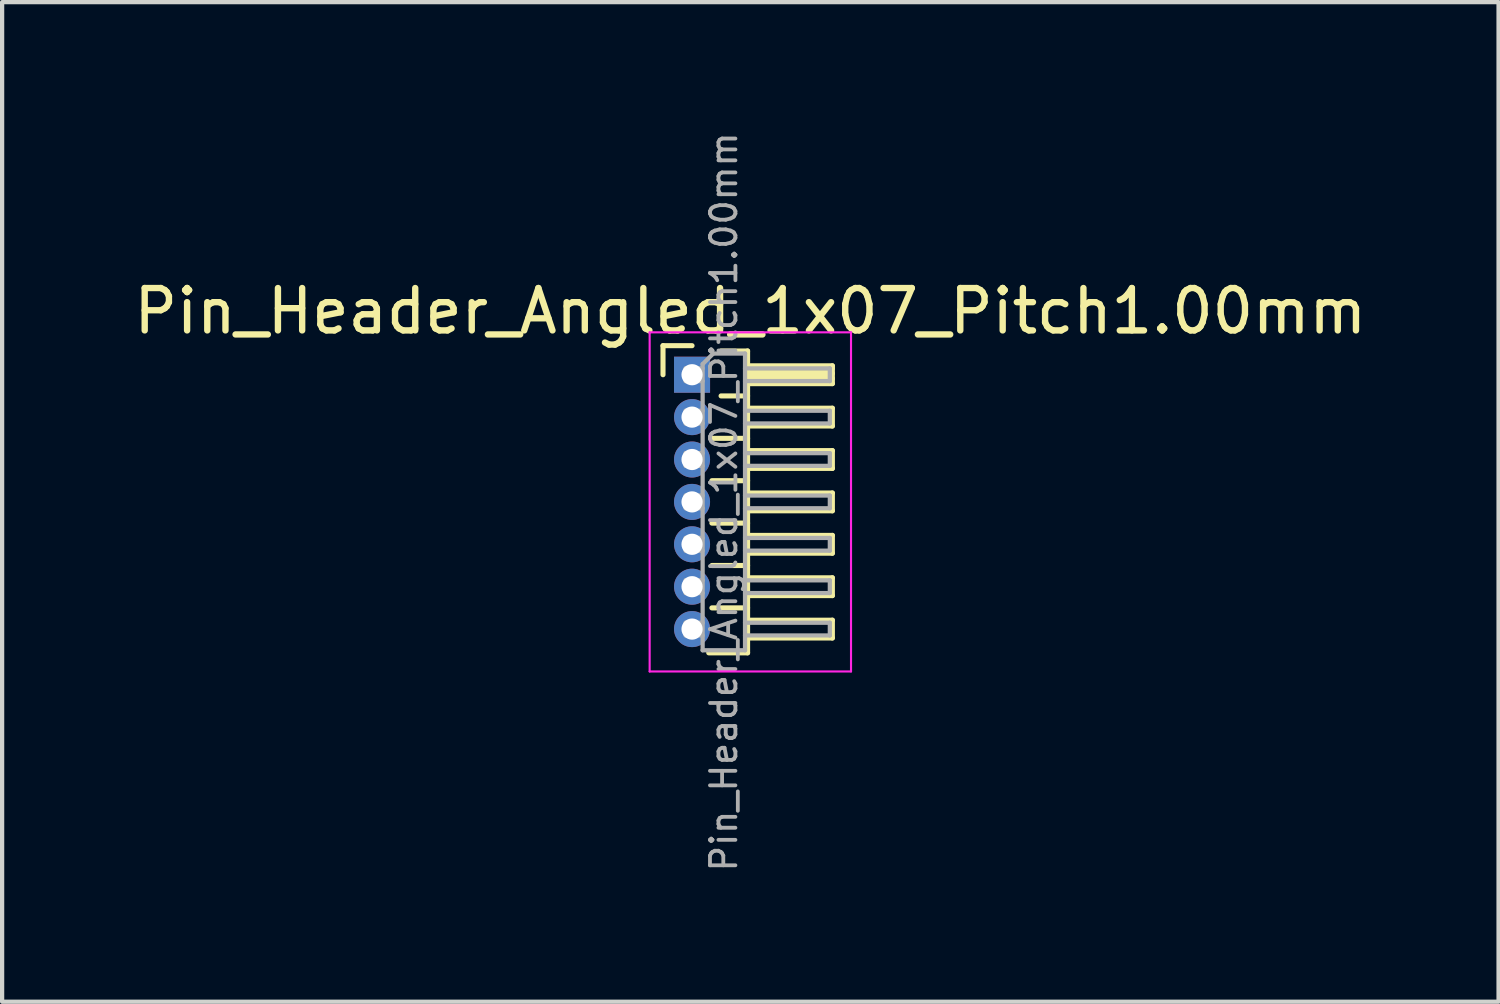
<source format=kicad_pcb>
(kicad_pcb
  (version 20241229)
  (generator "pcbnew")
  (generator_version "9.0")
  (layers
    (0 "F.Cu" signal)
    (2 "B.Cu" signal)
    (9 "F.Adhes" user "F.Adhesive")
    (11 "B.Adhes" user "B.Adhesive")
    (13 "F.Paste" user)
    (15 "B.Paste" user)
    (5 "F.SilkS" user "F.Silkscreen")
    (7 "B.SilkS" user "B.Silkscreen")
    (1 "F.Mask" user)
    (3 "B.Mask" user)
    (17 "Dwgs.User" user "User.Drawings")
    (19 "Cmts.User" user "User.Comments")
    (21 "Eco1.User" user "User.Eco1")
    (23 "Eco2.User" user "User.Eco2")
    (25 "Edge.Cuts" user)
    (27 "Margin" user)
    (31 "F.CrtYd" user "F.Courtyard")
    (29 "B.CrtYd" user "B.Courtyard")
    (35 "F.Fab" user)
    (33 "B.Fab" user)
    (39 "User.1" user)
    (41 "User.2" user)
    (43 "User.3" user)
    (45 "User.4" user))
  (footprint "Pin_Header_Angled_1x07_Pitch1.00mm"
    (layer "F.Cu")
    (at 13.274 5.789)
    (property "Reference" "Pin_Header_Angled_1x07_Pitch1.00mm" (at 1.375 -1.5 0) (layer "F.SilkS") (effects (font (size 1 1) (thickness 0.15))))
    (attr through_hole)
    (fp_line (start -0.685 -0.685) (end 0 -0.685) (stroke (width 0.12) (type solid)) (layer "F.SilkS"))
    (fp_line (start -0.685 0) (end -0.685 -0.685) (stroke (width 0.12) (type solid)) (layer "F.SilkS"))
    (fp_line (start 0.468 1.5) (end 1.31 1.5) (stroke (width 0.12) (type solid)) (layer "F.SilkS"))
    (fp_line (start 0.468 2.5) (end 1.31 2.5) (stroke (width 0.12) (type solid)) (layer "F.SilkS"))
    (fp_line (start 0.468 3.5) (end 1.31 3.5) (stroke (width 0.12) (type solid)) (layer "F.SilkS"))
    (fp_line (start 0.468 4.5) (end 1.31 4.5) (stroke (width 0.12) (type solid)) (layer "F.SilkS"))
    (fp_line (start 0.468 5.5) (end 1.31 5.5) (stroke (width 0.12) (type solid)) (layer "F.SilkS"))
    (fp_line (start 0.685 -0.56) (end 1.31 -0.56) (stroke (width 0.12) (type solid)) (layer "F.SilkS"))
    (fp_line (start 0.685 0.5) (end 1.31 0.5) (stroke (width 0.12) (type solid)) (layer "F.SilkS"))
    (fp_line (start 1.31 -0.56) (end 1.31 6.56) (stroke (width 0.12) (type solid)) (layer "F.SilkS"))
    (fp_line (start 1.31 -0.21) (end 3.31 -0.21) (stroke (width 0.12) (type solid)) (layer "F.SilkS"))
    (fp_line (start 1.31 -0.15) (end 3.31 -0.15) (stroke (width 0.12) (type solid)) (layer "F.SilkS"))
    (fp_line (start 1.31 -0.03) (end 3.31 -0.03) (stroke (width 0.12) (type solid)) (layer "F.SilkS"))
    (fp_line (start 1.31 0.09) (end 3.31 0.09) (stroke (width 0.12) (type solid)) (layer "F.SilkS"))
    (fp_line (start 1.31 0.79) (end 3.31 0.79) (stroke (width 0.12) (type solid)) (layer "F.SilkS"))
    (fp_line (start 1.31 1.79) (end 3.31 1.79) (stroke (width 0.12) (type solid)) (layer "F.SilkS"))
    (fp_line (start 1.31 2.79) (end 3.31 2.79) (stroke (width 0.12) (type solid)) (layer "F.SilkS"))
    (fp_line (start 1.31 3.79) (end 3.31 3.79) (stroke (width 0.12) (type solid)) (layer "F.SilkS"))
    (fp_line (start 1.31 4.79) (end 3.31 4.79) (stroke (width 0.12) (type solid)) (layer "F.SilkS"))
    (fp_line (start 1.31 5.79) (end 3.31 5.79) (stroke (width 0.12) (type solid)) (layer "F.SilkS"))
    (fp_line (start 1.31 6.56) (end 0.394 6.56) (stroke (width 0.12) (type solid)) (layer "F.SilkS"))
    (fp_line (start 3.31 -0.21) (end 3.31 0.21) (stroke (width 0.12) (type solid)) (layer "F.SilkS"))
    (fp_line (start 3.31 0.21) (end 1.31 0.21) (stroke (width 0.12) (type solid)) (layer "F.SilkS"))
    (fp_line (start 3.31 0.79) (end 3.31 1.21) (stroke (width 0.12) (type solid)) (layer "F.SilkS"))
    (fp_line (start 3.31 1.21) (end 1.31 1.21) (stroke (width 0.12) (type solid)) (layer "F.SilkS"))
    (fp_line (start 3.31 1.79) (end 3.31 2.21) (stroke (width 0.12) (type solid)) (layer "F.SilkS"))
    (fp_line (start 3.31 2.21) (end 1.31 2.21) (stroke (width 0.12) (type solid)) (layer "F.SilkS"))
    (fp_line (start 3.31 2.79) (end 3.31 3.21) (stroke (width 0.12) (type solid)) (layer "F.SilkS"))
    (fp_line (start 3.31 3.21) (end 1.31 3.21) (stroke (width 0.12) (type solid)) (layer "F.SilkS"))
    (fp_line (start 3.31 3.79) (end 3.31 4.21) (stroke (width 0.12) (type solid)) (layer "F.SilkS"))
    (fp_line (start 3.31 4.21) (end 1.31 4.21) (stroke (width 0.12) (type solid)) (layer "F.SilkS"))
    (fp_line (start 3.31 4.79) (end 3.31 5.21) (stroke (width 0.12) (type solid)) (layer "F.SilkS"))
    (fp_line (start 3.31 5.21) (end 1.31 5.21) (stroke (width 0.12) (type solid)) (layer "F.SilkS"))
    (fp_line (start 3.31 5.79) (end 3.31 6.21) (stroke (width 0.12) (type solid)) (layer "F.SilkS"))
    (fp_line (start 3.31 6.21) (end 1.31 6.21) (stroke (width 0.12) (type solid)) (layer "F.SilkS"))
    (fp_line (start -1 -1) (end -1 7) (stroke (width 0.05) (type solid)) (layer "F.CrtYd"))
    (fp_line (start -1 7) (end 3.75 7) (stroke (width 0.05) (type solid)) (layer "F.CrtYd"))
    (fp_line (start 3.75 -1) (end -1 -1) (stroke (width 0.05) (type solid)) (layer "F.CrtYd"))
    (fp_line (start 3.75 7) (end 3.75 -1) (stroke (width 0.05) (type solid)) (layer "F.CrtYd"))
    (fp_line (start -0.15 -0.15) (end -0.15 0.15) (stroke (width 0.1) (type solid)) (layer "F.Fab"))
    (fp_line (start -0.15 -0.15) (end 0.25 -0.15) (stroke (width 0.1) (type solid)) (layer "F.Fab"))
    (fp_line (start -0.15 0.15) (end 0.25 0.15) (stroke (width 0.1) (type solid)) (layer "F.Fab"))
    (fp_line (start -0.15 0.85) (end -0.15 1.15) (stroke (width 0.1) (type solid)) (layer "F.Fab"))
    (fp_line (start -0.15 0.85) (end 0.25 0.85) (stroke (width 0.1) (type solid)) (layer "F.Fab"))
    (fp_line (start -0.15 1.15) (end 0.25 1.15) (stroke (width 0.1) (type solid)) (layer "F.Fab"))
    (fp_line (start -0.15 1.85) (end -0.15 2.15) (stroke (width 0.1) (type solid)) (layer "F.Fab"))
    (fp_line (start -0.15 1.85) (end 0.25 1.85) (stroke (width 0.1) (type solid)) (layer "F.Fab"))
    (fp_line (start -0.15 2.15) (end 0.25 2.15) (stroke (width 0.1) (type solid)) (layer "F.Fab"))
    (fp_line (start -0.15 2.85) (end -0.15 3.15) (stroke (width 0.1) (type solid)) (layer "F.Fab"))
    (fp_line (start -0.15 2.85) (end 0.25 2.85) (stroke (width 0.1) (type solid)) (layer "F.Fab"))
    (fp_line (start -0.15 3.15) (end 0.25 3.15) (stroke (width 0.1) (type solid)) (layer "F.Fab"))
    (fp_line (start -0.15 3.85) (end -0.15 4.15) (stroke (width 0.1) (type solid)) (layer "F.Fab"))
    (fp_line (start -0.15 3.85) (end 0.25 3.85) (stroke (width 0.1) (type solid)) (layer "F.Fab"))
    (fp_line (start -0.15 4.15) (end 0.25 4.15) (stroke (width 0.1) (type solid)) (layer "F.Fab"))
    (fp_line (start -0.15 4.85) (end -0.15 5.15) (stroke (width 0.1) (type solid)) (layer "F.Fab"))
    (fp_line (start -0.15 4.85) (end 0.25 4.85) (stroke (width 0.1) (type solid)) (layer "F.Fab"))
    (fp_line (start -0.15 5.15) (end 0.25 5.15) (stroke (width 0.1) (type solid)) (layer "F.Fab"))
    (fp_line (start -0.15 5.85) (end -0.15 6.15) (stroke (width 0.1) (type solid)) (layer "F.Fab"))
    (fp_line (start -0.15 5.85) (end 0.25 5.85) (stroke (width 0.1) (type solid)) (layer "F.Fab"))
    (fp_line (start -0.15 6.15) (end 0.25 6.15) (stroke (width 0.1) (type solid)) (layer "F.Fab"))
    (fp_line (start 0.25 -0.25) (end 0.5 -0.5) (stroke (width 0.1) (type solid)) (layer "F.Fab"))
    (fp_line (start 0.25 6.5) (end 0.25 -0.25) (stroke (width 0.1) (type solid)) (layer "F.Fab"))
    (fp_line (start 0.5 -0.5) (end 1.25 -0.5) (stroke (width 0.1) (type solid)) (layer "F.Fab"))
    (fp_line (start 1.25 -0.5) (end 1.25 6.5) (stroke (width 0.1) (type solid)) (layer "F.Fab"))
    (fp_line (start 1.25 -0.15) (end 3.25 -0.15) (stroke (width 0.1) (type solid)) (layer "F.Fab"))
    (fp_line (start 1.25 0.15) (end 3.25 0.15) (stroke (width 0.1) (type solid)) (layer "F.Fab"))
    (fp_line (start 1.25 0.85) (end 3.25 0.85) (stroke (width 0.1) (type solid)) (layer "F.Fab"))
    (fp_line (start 1.25 1.15) (end 3.25 1.15) (stroke (width 0.1) (type solid)) (layer "F.Fab"))
    (fp_line (start 1.25 1.85) (end 3.25 1.85) (stroke (width 0.1) (type solid)) (layer "F.Fab"))
    (fp_line (start 1.25 2.15) (end 3.25 2.15) (stroke (width 0.1) (type solid)) (layer "F.Fab"))
    (fp_line (start 1.25 2.85) (end 3.25 2.85) (stroke (width 0.1) (type solid)) (layer "F.Fab"))
    (fp_line (start 1.25 3.15) (end 3.25 3.15) (stroke (width 0.1) (type solid)) (layer "F.Fab"))
    (fp_line (start 1.25 3.85) (end 3.25 3.85) (stroke (width 0.1) (type solid)) (layer "F.Fab"))
    (fp_line (start 1.25 4.15) (end 3.25 4.15) (stroke (width 0.1) (type solid)) (layer "F.Fab"))
    (fp_line (start 1.25 4.85) (end 3.25 4.85) (stroke (width 0.1) (type solid)) (layer "F.Fab"))
    (fp_line (start 1.25 5.15) (end 3.25 5.15) (stroke (width 0.1) (type solid)) (layer "F.Fab"))
    (fp_line (start 1.25 5.85) (end 3.25 5.85) (stroke (width 0.1) (type solid)) (layer "F.Fab"))
    (fp_line (start 1.25 6.15) (end 3.25 6.15) (stroke (width 0.1) (type solid)) (layer "F.Fab"))
    (fp_line (start 1.25 6.5) (end 0.25 6.5) (stroke (width 0.1) (type solid)) (layer "F.Fab"))
    (fp_line (start 3.25 -0.15) (end 3.25 0.15) (stroke (width 0.1) (type solid)) (layer "F.Fab"))
    (fp_line (start 3.25 0.85) (end 3.25 1.15) (stroke (width 0.1) (type solid)) (layer "F.Fab"))
    (fp_line (start 3.25 1.85) (end 3.25 2.15) (stroke (width 0.1) (type solid)) (layer "F.Fab"))
    (fp_line (start 3.25 2.85) (end 3.25 3.15) (stroke (width 0.1) (type solid)) (layer "F.Fab"))
    (fp_line (start 3.25 3.85) (end 3.25 4.15) (stroke (width 0.1) (type solid)) (layer "F.Fab"))
    (fp_line (start 3.25 4.85) (end 3.25 5.15) (stroke (width 0.1) (type solid)) (layer "F.Fab"))
    (fp_line (start 3.25 5.85) (end 3.25 6.15) (stroke (width 0.1) (type solid)) (layer "F.Fab"))
    (fp_text user "${REFERENCE}" (at 0.75 3 90) (layer "F.Fab") (effects (font (size 0.6 0.6) (thickness 0.09))))
    (pad "1" thru_hole rect (at 0 0) (size 0.85 0.85) (drill 0.5) (layers "*.Cu" "*.Mask"))
    (pad "2" thru_hole oval (at 0 1) (size 0.85 0.85) (drill 0.5) (layers "*.Cu" "*.Mask"))
    (pad "3" thru_hole oval (at 0 2) (size 0.85 0.85) (drill 0.5) (layers "*.Cu" "*.Mask"))
    (pad "4" thru_hole oval (at 0 3) (size 0.85 0.85) (drill 0.5) (layers "*.Cu" "*.Mask"))
    (pad "5" thru_hole oval (at 0 4) (size 0.85 0.85) (drill 0.5) (layers "*.Cu" "*.Mask"))
    (pad "6" thru_hole oval (at 0 5) (size 0.85 0.85) (drill 0.5) (layers "*.Cu" "*.Mask"))
    (pad "7" thru_hole oval (at 0 6) (size 0.85 0.85) (drill 0.5) (layers "*.Cu" "*.Mask")))
  (gr_rect
    (start -3 -3)
    (end 32.298 20.579)
    (stroke (width 0.1) (type default))
    (fill no)
    (layer "Edge.Cuts")))
</source>
